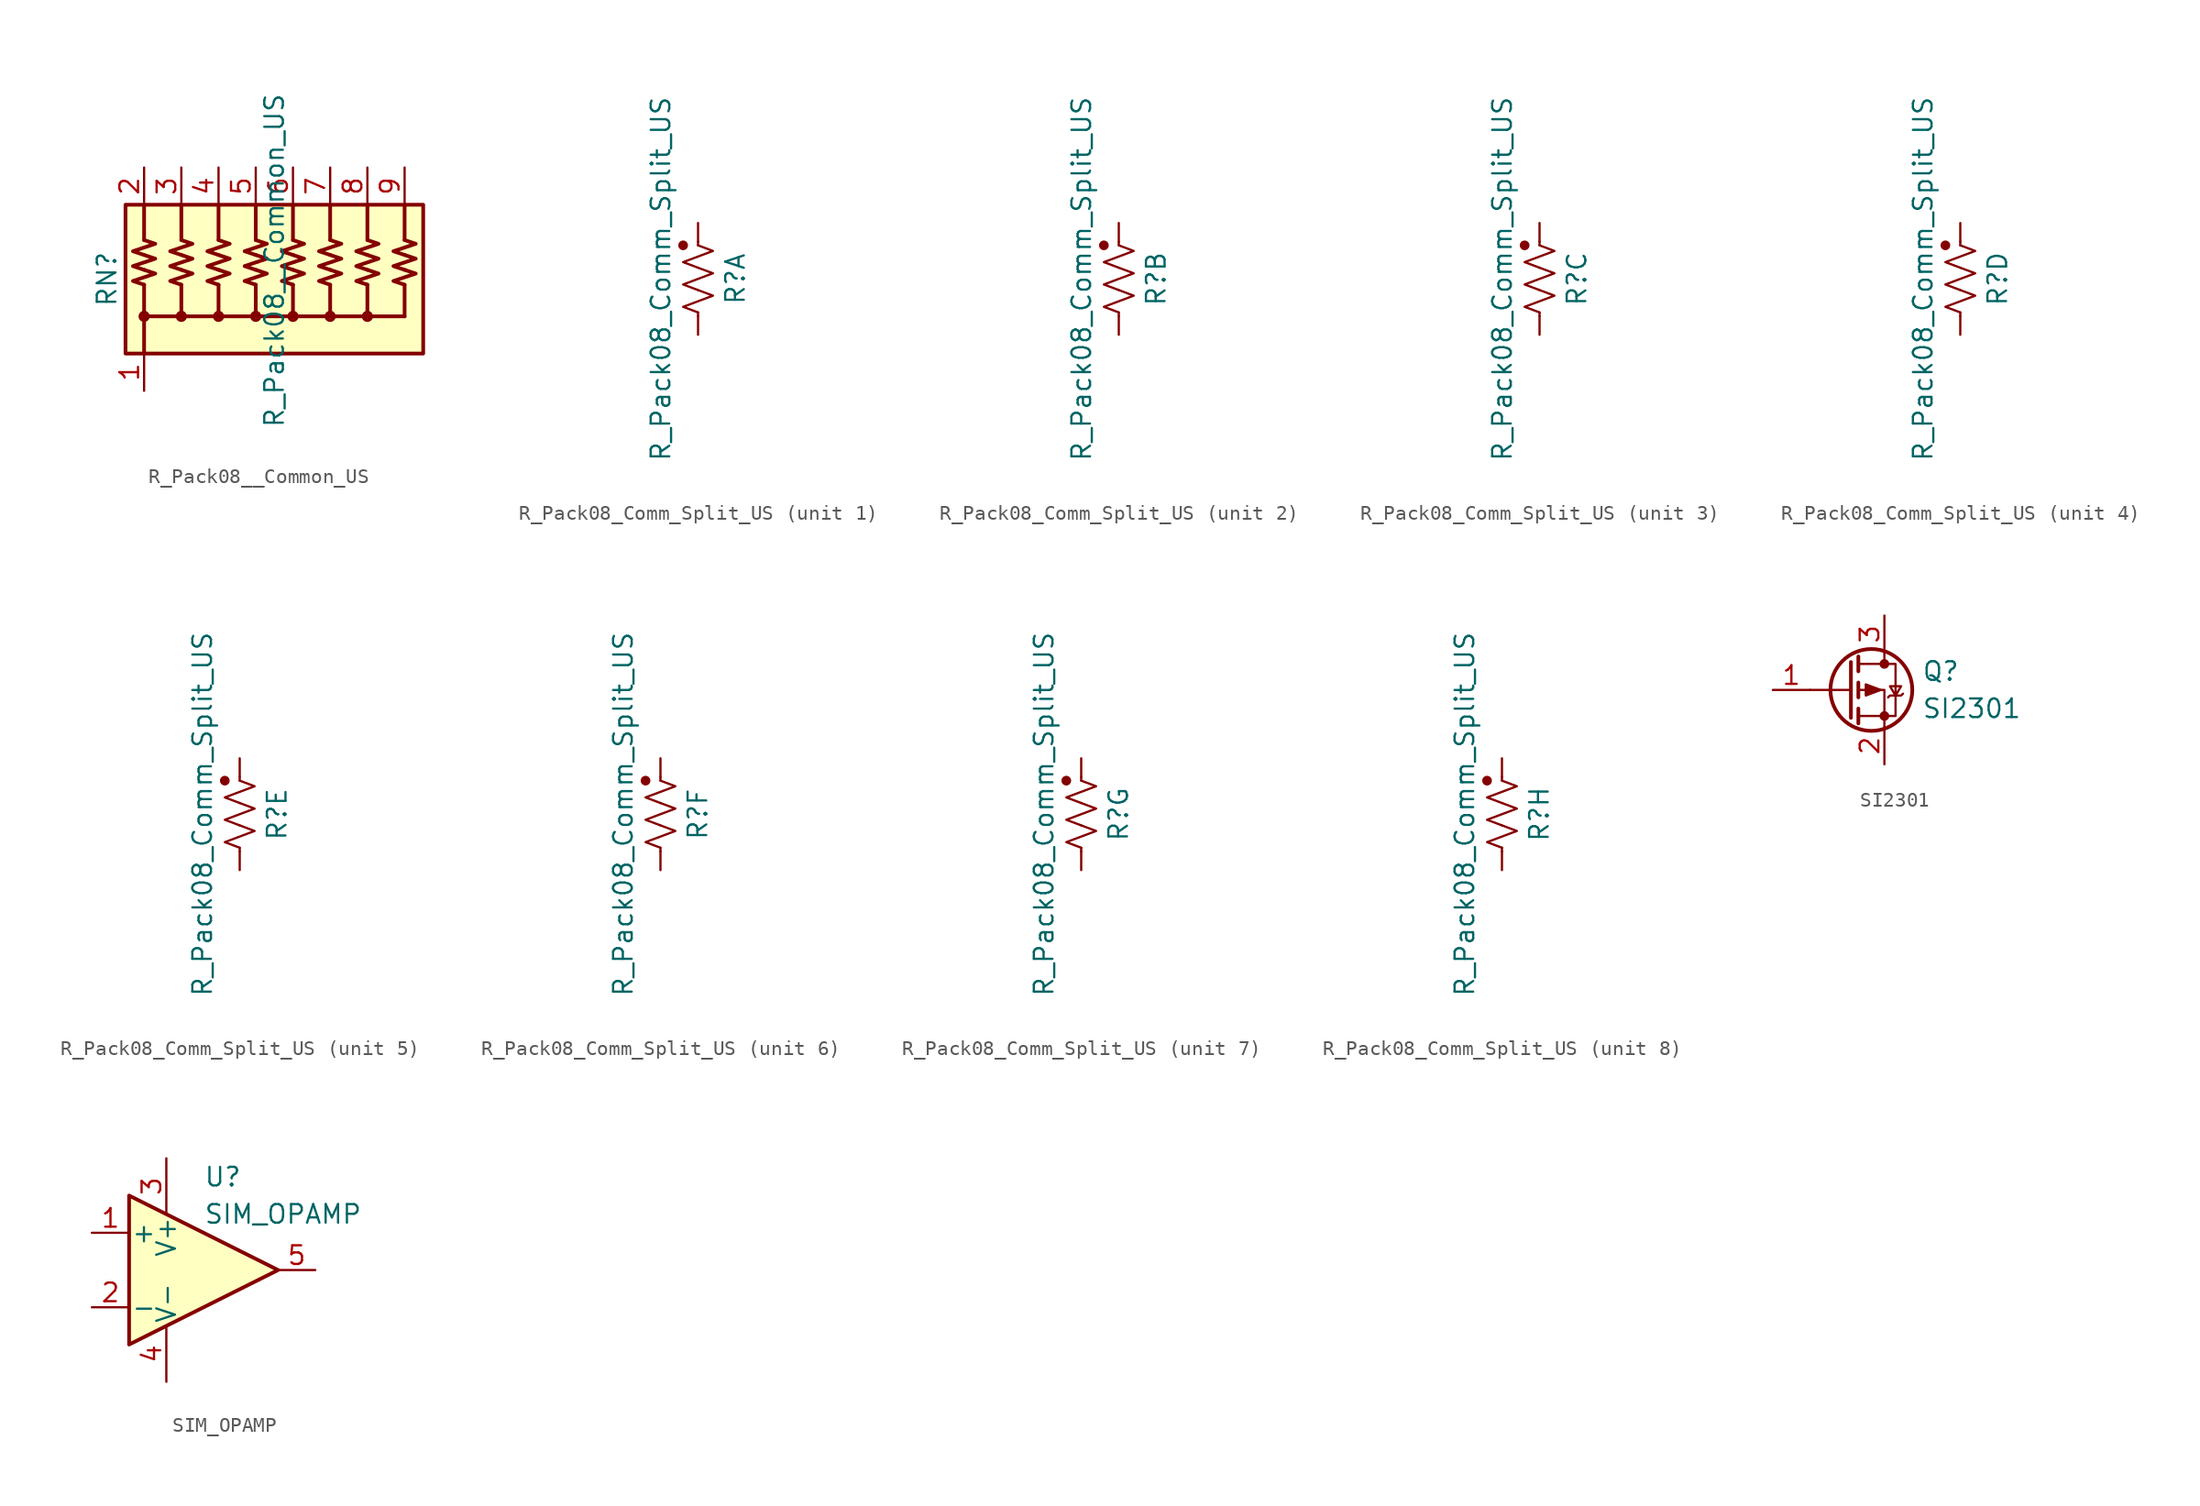
<source format=kicad_sym>
(kicad_symbol_lib
  (version 20231120)
  (generator "kicad_symbol_editor")
  (generator_version "8.0")
  (symbol "R_Pack08__Common_US"
    (pin_names
      (offset 0) hide)
    (property "Reference" "RN"
      (at -11.43 0 90)
      (effects (font (size 1.27 1.27))))
    (property "Value" "R_Pack08__Common_US"
      (at 0 1.27 90)
      (effects (font (size 1.27 1.27))))
    (symbol "R_Pack08__Common_US_0_1"
      (rectangle (start -10.16 5.08) (end 10.16 -5.08) (stroke (width 0.254) (type default)) (fill (type background)))
      (circle (center -8.89 -2.54) (radius 0.254) (stroke (width 0.254) (type default)) (fill (type none)))
      (circle (center -6.35 -2.54) (radius 0.254) (stroke (width 0.254) (type default)) (fill (type none)))
      (circle (center -3.81 -2.54) (radius 0.254) (stroke (width 0.254) (type default)) (fill (type none)))
      (circle (center -1.27 -2.54) (radius 0.254) (stroke (width 0.254) (type default)) (fill (type none)))
      (polyline (pts (xy -8.89 -5.08) (xy -8.89 -0.381)) (stroke (width 0.254) (type default)) (fill (type none)))
      (polyline (pts (xy -8.89 2.667) (xy -8.89 5.08)) (stroke (width 0.254) (type default)) (fill (type none)))
      (polyline (pts (xy -6.35 -2.54) (xy -6.35 -0.381)) (stroke (width 0.254) (type default)) (fill (type none)))
      (polyline (pts (xy -6.35 2.667) (xy -6.35 5.08)) (stroke (width 0.254) (type default)) (fill (type none)))
      (polyline (pts (xy -3.81 -2.54) (xy -3.81 -0.381)) (stroke (width 0.254) (type default)) (fill (type none)))
      (polyline (pts (xy -3.81 2.667) (xy -3.81 5.08)) (stroke (width 0.254) (type default)) (fill (type none)))
      (polyline (pts (xy -1.27 -2.54) (xy -1.27 -0.381)) (stroke (width 0.254) (type default)) (fill (type none)))
      (polyline (pts (xy -1.27 2.667) (xy -1.27 5.08)) (stroke (width 0.254) (type default)) (fill (type none)))
      (polyline (pts (xy 1.27 -2.54) (xy 1.27 -0.381)) (stroke (width 0.254) (type default)) (fill (type none)))
      (polyline (pts (xy 1.27 2.667) (xy 1.27 5.08)) (stroke (width 0.254) (type default)) (fill (type none)))
      (polyline (pts (xy 3.81 -2.54) (xy 3.81 -0.381)) (stroke (width 0.254) (type default)) (fill (type none)))
      (polyline (pts (xy 3.81 2.667) (xy 3.81 5.08)) (stroke (width 0.254) (type default)) (fill (type none)))
      (polyline (pts (xy 6.35 -2.54) (xy 6.35 -0.381)) (stroke (width 0.254) (type default)) (fill (type none)))
      (polyline (pts (xy 6.35 2.667) (xy 6.35 5.08)) (stroke (width 0.254) (type default)) (fill (type none)))
      (polyline (pts (xy 8.89 -2.54) (xy 8.89 -0.381)) (stroke (width 0.254) (type default)) (fill (type none)))
      (polyline (pts (xy 8.89 2.667) (xy 8.89 5.08)) (stroke (width 0.254) (type default)) (fill (type none)))
      (polyline (pts (xy -8.89 -2.54) (xy -6.35 -2.54) (xy 8.89 -2.54)) (stroke (width 0.254) (type default)) (fill (type none)))
      (polyline (pts (xy -8.89 0.635) (xy -8.128 0.381) (xy -8.89 0.127) (xy -9.652 -0.127) (xy -8.89 -0.381)) (stroke (width 0.254) (type default)) (fill (type none)))
      (polyline (pts (xy -8.89 1.651) (xy -8.128 1.397) (xy -8.89 1.143) (xy -9.652 0.889) (xy -8.89 0.635)) (stroke (width 0.254) (type default)) (fill (type none)))
      (polyline (pts (xy -8.89 2.667) (xy -8.128 2.413) (xy -8.89 2.159) (xy -9.652 1.905) (xy -8.89 1.651)) (stroke (width 0.254) (type default)) (fill (type none)))
      (polyline (pts (xy -6.35 0.635) (xy -5.588 0.381) (xy -6.35 0.127) (xy -7.112 -0.127) (xy -6.35 -0.381)) (stroke (width 0.254) (type default)) (fill (type none)))
      (polyline (pts (xy -6.35 1.651) (xy -5.588 1.397) (xy -6.35 1.143) (xy -7.112 0.889) (xy -6.35 0.635)) (stroke (width 0.254) (type default)) (fill (type none)))
      (polyline (pts (xy -6.35 2.667) (xy -5.588 2.413) (xy -6.35 2.159) (xy -7.112 1.905) (xy -6.35 1.651)) (stroke (width 0.254) (type default)) (fill (type none)))
      (polyline (pts (xy -3.81 0.635) (xy -3.048 0.381) (xy -3.81 0.127) (xy -4.572 -0.127) (xy -3.81 -0.381)) (stroke (width 0.254) (type default)) (fill (type none)))
      (polyline (pts (xy -3.81 1.651) (xy -3.048 1.397) (xy -3.81 1.143) (xy -4.572 0.889) (xy -3.81 0.635)) (stroke (width 0.254) (type default)) (fill (type none)))
      (polyline (pts (xy -3.81 2.667) (xy -3.048 2.413) (xy -3.81 2.159) (xy -4.572 1.905) (xy -3.81 1.651)) (stroke (width 0.254) (type default)) (fill (type none)))
      (polyline (pts (xy -1.27 0.635) (xy -0.508 0.381) (xy -1.27 0.127) (xy -2.032 -0.127) (xy -1.27 -0.381)) (stroke (width 0.254) (type default)) (fill (type none)))
      (polyline (pts (xy -1.27 1.651) (xy -0.508 1.397) (xy -1.27 1.143) (xy -2.032 0.889) (xy -1.27 0.635)) (stroke (width 0.254) (type default)) (fill (type none)))
      (polyline (pts (xy -1.27 2.667) (xy -0.508 2.413) (xy -1.27 2.159) (xy -2.032 1.905) (xy -1.27 1.651)) (stroke (width 0.254) (type default)) (fill (type none)))
      (polyline (pts (xy 1.27 0.635) (xy 2.032 0.381) (xy 1.27 0.127) (xy 0.508 -0.127) (xy 1.27 -0.381)) (stroke (width 0.254) (type default)) (fill (type none)))
      (polyline (pts (xy 1.27 1.651) (xy 2.032 1.397) (xy 1.27 1.143) (xy 0.508 0.889) (xy 1.27 0.635)) (stroke (width 0.254) (type default)) (fill (type none)))
      (polyline (pts (xy 1.27 2.667) (xy 2.032 2.413) (xy 1.27 2.159) (xy 0.508 1.905) (xy 1.27 1.651)) (stroke (width 0.254) (type default)) (fill (type none)))
      (polyline (pts (xy 3.81 0.635) (xy 4.572 0.381) (xy 3.81 0.127) (xy 3.048 -0.127) (xy 3.81 -0.381)) (stroke (width 0.254) (type default)) (fill (type none)))
      (polyline (pts (xy 3.81 1.651) (xy 4.572 1.397) (xy 3.81 1.143) (xy 3.048 0.889) (xy 3.81 0.635)) (stroke (width 0.254) (type default)) (fill (type none)))
      (polyline (pts (xy 3.81 2.667) (xy 4.572 2.413) (xy 3.81 2.159) (xy 3.048 1.905) (xy 3.81 1.651)) (stroke (width 0.254) (type default)) (fill (type none)))
      (polyline (pts (xy 6.35 0.635) (xy 7.112 0.381) (xy 6.35 0.127) (xy 5.588 -0.127) (xy 6.35 -0.381)) (stroke (width 0.254) (type default)) (fill (type none)))
      (polyline (pts (xy 6.35 1.651) (xy 7.112 1.397) (xy 6.35 1.143) (xy 5.588 0.889) (xy 6.35 0.635)) (stroke (width 0.254) (type default)) (fill (type none)))
      (polyline (pts (xy 6.35 2.667) (xy 7.112 2.413) (xy 6.35 2.159) (xy 5.588 1.905) (xy 6.35 1.651)) (stroke (width 0.254) (type default)) (fill (type none)))
      (polyline (pts (xy 8.89 0.635) (xy 9.652 0.381) (xy 8.89 0.127) (xy 8.128 -0.127) (xy 8.89 -0.381)) (stroke (width 0.254) (type default)) (fill (type none)))
      (polyline (pts (xy 8.89 1.651) (xy 9.652 1.397) (xy 8.89 1.143) (xy 8.128 0.889) (xy 8.89 0.635)) (stroke (width 0.254) (type default)) (fill (type none)))
      (polyline (pts (xy 8.89 2.667) (xy 9.652 2.413) (xy 8.89 2.159) (xy 8.128 1.905) (xy 8.89 1.651)) (stroke (width 0.254) (type default)) (fill (type none)))
      (circle (center 1.27 -2.54) (radius 0.254) (stroke (width 0.254) (type default)) (fill (type none)))
      (circle (center 3.81 -2.54) (radius 0.254) (stroke (width 0.254) (type default)) (fill (type none)))
      (circle (center 6.35 -2.54) (radius 0.254) (stroke (width 0.254) (type default)) (fill (type none))))
    (symbol "R_Pack08__Common_US_1_1"
      (pin passive line (at -8.89 -7.62 90) (length 2.54) (name "R1.1" (effects (font (size 1.27 1.27)))) (number "1" (effects (font (size 1.27 1.27)))))
      (pin passive line (at -8.89 7.62 270) (length 2.54) (name "R1.2" (effects (font (size 1.27 1.27)))) (number "2" (effects (font (size 1.27 1.27)))))
      (pin passive line (at -6.35 7.62 270) (length 2.54) (name "R1.3" (effects (font (size 1.27 1.27)))) (number "3" (effects (font (size 1.27 1.27)))))
      (pin passive line (at -3.81 7.62 270) (length 2.54) (name "R1.4" (effects (font (size 1.27 1.27)))) (number "4" (effects (font (size 1.27 1.27)))))
      (pin passive line (at -1.27 7.62 270) (length 2.54) (name "R1.5" (effects (font (size 1.27 1.27)))) (number "5" (effects (font (size 1.27 1.27)))))
      (pin passive line (at 1.27 7.62 270) (length 2.54) (name "R1.6" (effects (font (size 1.27 1.27)))) (number "6" (effects (font (size 1.27 1.27)))))
      (pin passive line (at 3.81 7.62 270) (length 2.54) (name "R1.7" (effects (font (size 1.27 1.27)))) (number "7" (effects (font (size 1.27 1.27)))))
      (pin passive line (at 6.35 7.62 270) (length 2.54) (name "R1.8" (effects (font (size 1.27 1.27)))) (number "8" (effects (font (size 1.27 1.27)))))
      (pin passive line (at 8.89 7.62 270) (length 2.54) (name "R1.9" (effects (font (size 1.27 1.27)))) (number "9" (effects (font (size 1.27 1.27)))))))
  (symbol "R_Pack08_Comm_Split_US"
    (pin_numbers hide)
    (pin_names
      (offset 0))
    (property "Reference" "R"
      (at 2.54 0 90)
      (effects (font (size 1.27 1.27))))
    (property "Value" "R_Pack08_Comm_Split_US"
      (at -2.54 0 90)
      (effects (font (size 1.27 1.27))))
    (symbol "R_Pack08_Comm_Split_US_0_1"
      (circle (center -1.016 2.286) (radius 0.254) (stroke (width 0.152) (type default)) (fill (type outline)))
      (polyline (pts (xy 0 -2.286) (xy 0 -2.54)) (stroke (width 0) (type default)) (fill (type none)))
      (polyline (pts (xy 0 2.286) (xy 0 2.54)) (stroke (width 0) (type default)) (fill (type none)))
      (polyline (pts (xy 0 -0.762) (xy 1.016 -1.143) (xy 0 -1.524) (xy -1.016 -1.905) (xy 0 -2.286)) (stroke (width 0) (type default)) (fill (type none)))
      (polyline (pts (xy 0 0.762) (xy 1.016 0.381) (xy 0 0) (xy -1.016 -0.381) (xy 0 -0.762)) (stroke (width 0) (type default)) (fill (type none)))
      (polyline (pts (xy 0 2.286) (xy 1.016 1.905) (xy 0 1.524) (xy -1.016 1.143) (xy 0 0.762)) (stroke (width 0) (type default)) (fill (type none)))
      (pin passive line (at 0 3.81 270) (length 1.27) (name "~" (effects (font (size 1.27 1.27)))) (number "1" (effects (font (size 1.27 1.27))))))
    (symbol "R_Pack08_Comm_Split_US_1_1"
      (pin passive line (at 0 -3.81 90) (length 1.27) (name "~" (effects (font (size 1.27 1.27)))) (number "2" (effects (font (size 1.27 1.27))))))
    (symbol "R_Pack08_Comm_Split_US_2_1"
      (pin passive line (at 0 -3.81 90) (length 1.27) (name "~" (effects (font (size 1.27 1.27)))) (number "3" (effects (font (size 1.27 1.27))))))
    (symbol "R_Pack08_Comm_Split_US_3_1"
      (pin passive line (at 0 -3.81 90) (length 1.27) (name "~" (effects (font (size 1.27 1.27)))) (number "4" (effects (font (size 1.27 1.27))))))
    (symbol "R_Pack08_Comm_Split_US_4_1"
      (pin passive line (at 0 -3.81 90) (length 1.27) (name "~" (effects (font (size 1.27 1.27)))) (number "5" (effects (font (size 1.27 1.27))))))
    (symbol "R_Pack08_Comm_Split_US_5_1"
      (pin passive line (at 0 -3.81 90) (length 1.27) (name "~" (effects (font (size 1.27 1.27)))) (number "6" (effects (font (size 1.27 1.27))))))
    (symbol "R_Pack08_Comm_Split_US_6_1"
      (pin passive line (at 0 -3.81 90) (length 1.27) (name "~" (effects (font (size 1.27 1.27)))) (number "7" (effects (font (size 1.27 1.27))))))
    (symbol "R_Pack08_Comm_Split_US_7_1"
      (pin passive line (at 0 -3.81 90) (length 1.27) (name "~" (effects (font (size 1.27 1.27)))) (number "8" (effects (font (size 1.27 1.27))))))
    (symbol "R_Pack08_Comm_Split_US_8_1"
      (pin passive line (at 0 -3.81 90) (length 1.27) (name "~" (effects (font (size 1.27 1.27)))) (number "9" (effects (font (size 1.27 1.27)))))))
  (symbol "SI2301"
    (pin_names
      (offset 0) hide)
    (property "Reference" "Q"
      (at 5.08 1.27 0)
      (effects (font (size 1.27 1.27)) (justify left)))
    (property "Value" "SI2301"
      (at 5.08 -1.27 0)
      (effects (font (size 1.27 1.27)) (justify left)))
    (symbol "SI2301_0_1"
      (polyline (pts (xy 0.254 0) (xy -2.54 0)) (stroke (width 0) (type default)) (fill (type none)))
      (polyline (pts (xy 0.254 1.905) (xy 0.254 -1.905)) (stroke (width 0.254) (type default)) (fill (type none)))
      (polyline (pts (xy 0.762 -1.27) (xy 0.762 -2.286)) (stroke (width 0.254) (type default)) (fill (type none)))
      (polyline (pts (xy 0.762 0.508) (xy 0.762 -0.508)) (stroke (width 0.254) (type default)) (fill (type none)))
      (polyline (pts (xy 0.762 2.286) (xy 0.762 1.27)) (stroke (width 0.254) (type default)) (fill (type none)))
      (polyline (pts (xy 2.54 2.54) (xy 2.54 1.778)) (stroke (width 0) (type default)) (fill (type none)))
      (polyline (pts (xy 2.54 -2.54) (xy 2.54 0) (xy 0.762 0)) (stroke (width 0) (type default)) (fill (type none)))
      (polyline (pts (xy 0.762 1.778) (xy 3.302 1.778) (xy 3.302 -1.778) (xy 0.762 -1.778)) (stroke (width 0) (type default)) (fill (type none)))
      (polyline (pts (xy 2.286 0) (xy 1.27 0.381) (xy 1.27 -0.381) (xy 2.286 0)) (stroke (width 0) (type default)) (fill (type outline)))
      (polyline (pts (xy 2.794 -0.508) (xy 2.921 -0.381) (xy 3.683 -0.381) (xy 3.81 -0.254)) (stroke (width 0) (type default)) (fill (type none)))
      (polyline (pts (xy 3.302 -0.381) (xy 2.921 0.254) (xy 3.683 0.254) (xy 3.302 -0.381)) (stroke (width 0) (type default)) (fill (type none)))
      (circle (center 1.651 0) (radius 2.794) (stroke (width 0.254) (type default)) (fill (type none)))
      (circle (center 2.54 -1.778) (radius 0.254) (stroke (width 0) (type default)) (fill (type outline)))
      (circle (center 2.54 1.778) (radius 0.254) (stroke (width 0) (type default)) (fill (type outline))))
    (symbol "SI2301_1_1"
      (pin input line (at -5.08 0 0) (length 2.54) (name "G" (effects (font (size 1.27 1.27)))) (number "1" (effects (font (size 1.27 1.27)))))
      (pin passive line (at 2.54 -5.08 90) (length 2.54) (name "S" (effects (font (size 1.27 1.27)))) (number "2" (effects (font (size 1.27 1.27)))))
      (pin passive line (at 2.54 5.08 270) (length 2.54) (name "D" (effects (font (size 1.27 1.27)))) (number "3" (effects (font (size 1.27 1.27)))))))
  (symbol "SIM_OPAMP"
    (pin_names
      (offset 0.127))
    (property "Reference" "U"
      (at 0 6.35 0)
      (effects (font (size 1.27 1.27)) (justify left)))
    (property "Value" "SIM_OPAMP"
      (at 0 3.81 0)
      (effects (font (size 1.27 1.27)) (justify left)))
    (symbol "SIM_OPAMP_0_1"
      (polyline (pts (xy -5.08 5.08) (xy 5.08 0) (xy -5.08 -5.08) (xy -5.08 5.08)) (stroke (width 0.254) (type default)) (fill (type background))))
    (symbol "SIM_OPAMP_1_1"
      (pin input line (at -7.62 2.54 0) (length 2.54) (name "+" (effects (font (size 1.27 1.27)))) (number "1" (effects (font (size 1.27 1.27)))))
      (pin input line (at -7.62 -2.54 0) (length 2.54) (name "-" (effects (font (size 1.27 1.27)))) (number "2" (effects (font (size 1.27 1.27)))))
      (pin power_in line (at -2.54 7.62 270) (length 3.81) (name "V+" (effects (font (size 1.27 1.27)))) (number "3" (effects (font (size 1.27 1.27)))))
      (pin power_in line (at -2.54 -7.62 90) (length 3.81) (name "V-" (effects (font (size 1.27 1.27)))) (number "4" (effects (font (size 1.27 1.27)))))
      (pin output line (at 7.62 0 180) (length 2.54) (name "~" (effects (font (size 1.27 1.27)))) (number "5" (effects (font (size 1.27 1.27))))))))
</source>
